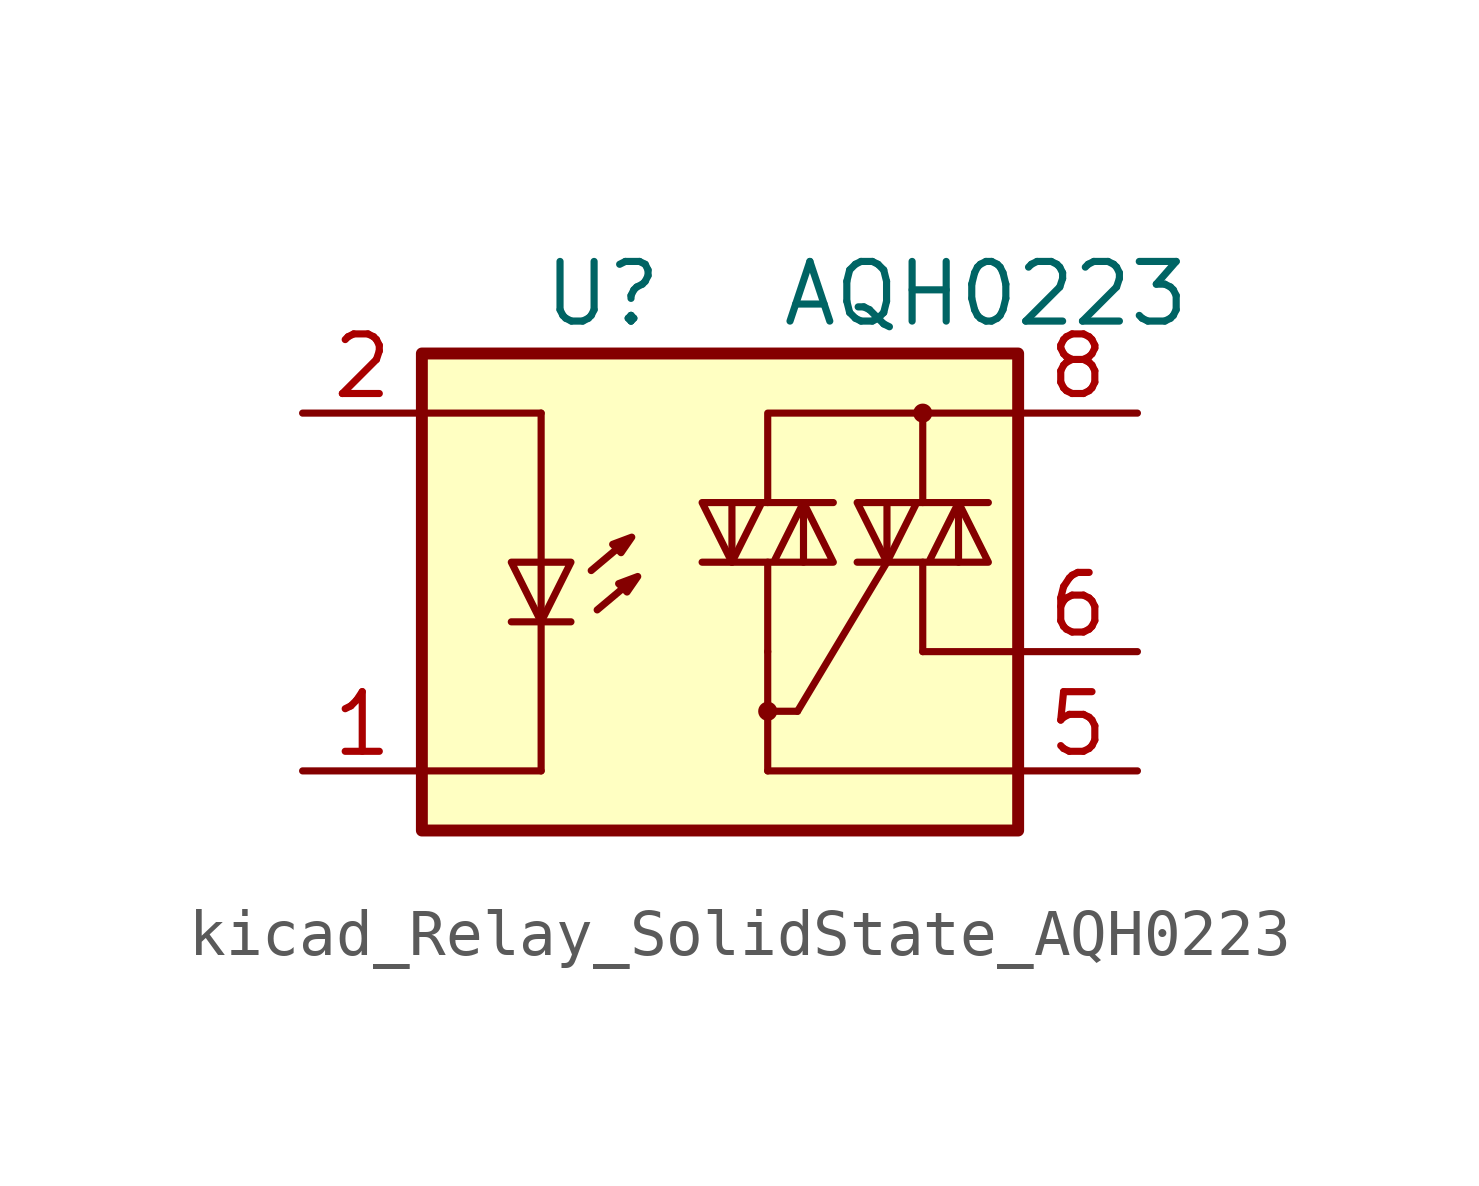
<source format=kicad_sym>
(kicad_symbol_lib
  (version 20220914)
  (generator kicad_symbol_editor)
  (symbol "kicad_Relay_SolidState_AQH0223"
    (property "Reference" "U"
      (at -5.08 5.08 0)
      (effects (font (size 1.27 1.27)) (justify left)))
    (property "Value" "AQH0223"
      (at 0 5.08 0)
      (effects (font (size 1.27 1.27)) (justify left)))
    (symbol "kicad_Relay_SolidState_AQH0223_0_1"
      (polyline (pts (xy 3.048 -2.54) (xy 5.08 -2.54)) (stroke (width 0) (type default)) (fill (type none)))
      (polyline (pts (xy 3.048 -0.635) (xy 3.048 -2.54)) (stroke (width 0) (type default)) (fill (type none))))
    (symbol "kicad_Relay_SolidState_AQH0223_1_1"
      (rectangle (start -7.62 3.81) (end 5.08 -6.35) (stroke (width 0.254) (type default)) (fill (type background)))
      (circle (center -0.254 -3.81) (radius 0.127) (stroke (width 0) (type default)) (fill (type none)))
      (polyline (pts (xy -5.715 -1.905) (xy -4.445 -1.905)) (stroke (width 0) (type default)) (fill (type none)))
      (polyline (pts (xy -5.08 -5.08) (xy -7.62 -5.08)) (stroke (width 0) (type default)) (fill (type none)))
      (polyline (pts (xy -5.08 -1.905) (xy -5.08 -5.08)) (stroke (width 0) (type default)) (fill (type none)))
      (polyline (pts (xy -5.08 -0.635) (xy -5.08 -1.905)) (stroke (width 0) (type default)) (fill (type none)))
      (polyline (pts (xy -5.08 -0.635) (xy -5.08 2.54)) (stroke (width 0) (type default)) (fill (type none)))
      (polyline (pts (xy -5.08 2.54) (xy -7.493 2.54)) (stroke (width 0) (type default)) (fill (type none)))
      (polyline (pts (xy -3.378 -0.279) (xy -4.013 -0.813)) (stroke (width 0) (type default)) (fill (type none)))
      (polyline (pts (xy -3.251 -1.118) (xy -3.886 -1.651)) (stroke (width 0) (type default)) (fill (type none)))
      (polyline (pts (xy -1.016 -0.635) (xy -1.016 0.635)) (stroke (width 0) (type default)) (fill (type none)))
      (polyline (pts (xy -0.254 -3.81) (xy 0.381 -3.81)) (stroke (width 0) (type default)) (fill (type none)))
      (polyline (pts (xy -0.254 -2.54) (xy -0.254 -5.08)) (stroke (width 0) (type default)) (fill (type none)))
      (polyline (pts (xy -0.254 -2.54) (xy -0.254 -0.635)) (stroke (width 0) (type default)) (fill (type none)))
      (polyline (pts (xy 0.381 -3.81) (xy 2.286 -0.635)) (stroke (width 0) (type default)) (fill (type none)))
      (polyline (pts (xy 0.508 0.635) (xy 0.508 -0.635)) (stroke (width 0) (type default)) (fill (type none)))
      (polyline (pts (xy 2.286 -0.635) (xy 2.286 0.635)) (stroke (width 0) (type default)) (fill (type none)))
      (polyline (pts (xy 3.048 2.54) (xy 3.048 0.635)) (stroke (width 0) (type default)) (fill (type none)))
      (polyline (pts (xy 3.81 0.635) (xy 3.81 -0.635)) (stroke (width 0) (type default)) (fill (type none)))
      (polyline (pts (xy 5.08 -5.08) (xy -0.254 -5.08)) (stroke (width 0) (type default)) (fill (type none)))
      (polyline (pts (xy 5.08 2.54) (xy 3.048 2.54)) (stroke (width 0) (type default)) (fill (type none)))
      (polyline (pts (xy 3.048 2.54) (xy -0.254 2.54) (xy -0.254 0.635)) (stroke (width 0) (type default)) (fill (type none)))
      (polyline (pts (xy -5.08 -1.905) (xy -5.715 -0.635) (xy -4.445 -0.635) (xy -5.08 -1.905)) (stroke (width 0) (type default)) (fill (type none)))
      (polyline (pts (xy -3.556 -0.254) (xy -3.378 -0.432) (xy -3.15 -0.102) (xy -3.556 -0.254)) (stroke (width 0) (type default)) (fill (type none)))
      (polyline (pts (xy -3.429 -1.092) (xy -3.251 -1.27) (xy -3.023 -0.94) (xy -3.429 -1.092)) (stroke (width 0) (type default)) (fill (type none)))
      (polyline (pts (xy -1.651 -0.635) (xy 1.143 -0.635) (xy 0.508 0.635) (xy -0.127 -0.635)) (stroke (width 0) (type default)) (fill (type none)))
      (polyline (pts (xy 1.143 0.635) (xy -1.651 0.635) (xy -1.016 -0.635) (xy -0.381 0.635)) (stroke (width 0) (type default)) (fill (type none)))
      (polyline (pts (xy 1.651 -0.635) (xy 4.445 -0.635) (xy 3.81 0.635) (xy 3.175 -0.635)) (stroke (width 0) (type default)) (fill (type none)))
      (polyline (pts (xy 4.445 0.635) (xy 1.651 0.635) (xy 2.286 -0.635) (xy 2.921 0.635)) (stroke (width 0) (type default)) (fill (type none)))
      (circle (center 3.048 2.54) (radius 0.127) (stroke (width 0) (type default)) (fill (type none)))
      (pin passive line (at -10.16 -5.08 0) (length 2.54) (name "~" (effects (font (size 1.27 1.27)))) (number "1" (effects (font (size 1.27 1.27)))))
      (pin passive line (at -10.16 2.54 0) (length 2.54) (name "~" (effects (font (size 1.27 1.27)))) (number "2" (effects (font (size 1.27 1.27)))))
      (pin passive line (at -10.16 -5.08 0) (length 2.54) hide (name "~" (effects (font (size 1.27 1.27)))) (number "3" (effects (font (size 1.27 1.27)))))
      (pin passive line (at -10.16 -5.08 0) (length 2.54) hide (name "~" (effects (font (size 1.27 1.27)))) (number "4" (effects (font (size 1.27 1.27)))))
      (pin passive line (at 7.62 -5.08 180) (length 2.54) (name "~" (effects (font (size 1.27 1.27)))) (number "5" (effects (font (size 1.27 1.27)))))
      (pin passive line (at 7.62 -2.54 180) (length 2.54) (name "~" (effects (font (size 1.27 1.27)))) (number "6" (effects (font (size 1.27 1.27)))))
      (pin passive line (at 7.62 2.54 180) (length 2.54) (name "~" (effects (font (size 1.27 1.27)))) (number "8" (effects (font (size 1.27 1.27))))))))
</source>
